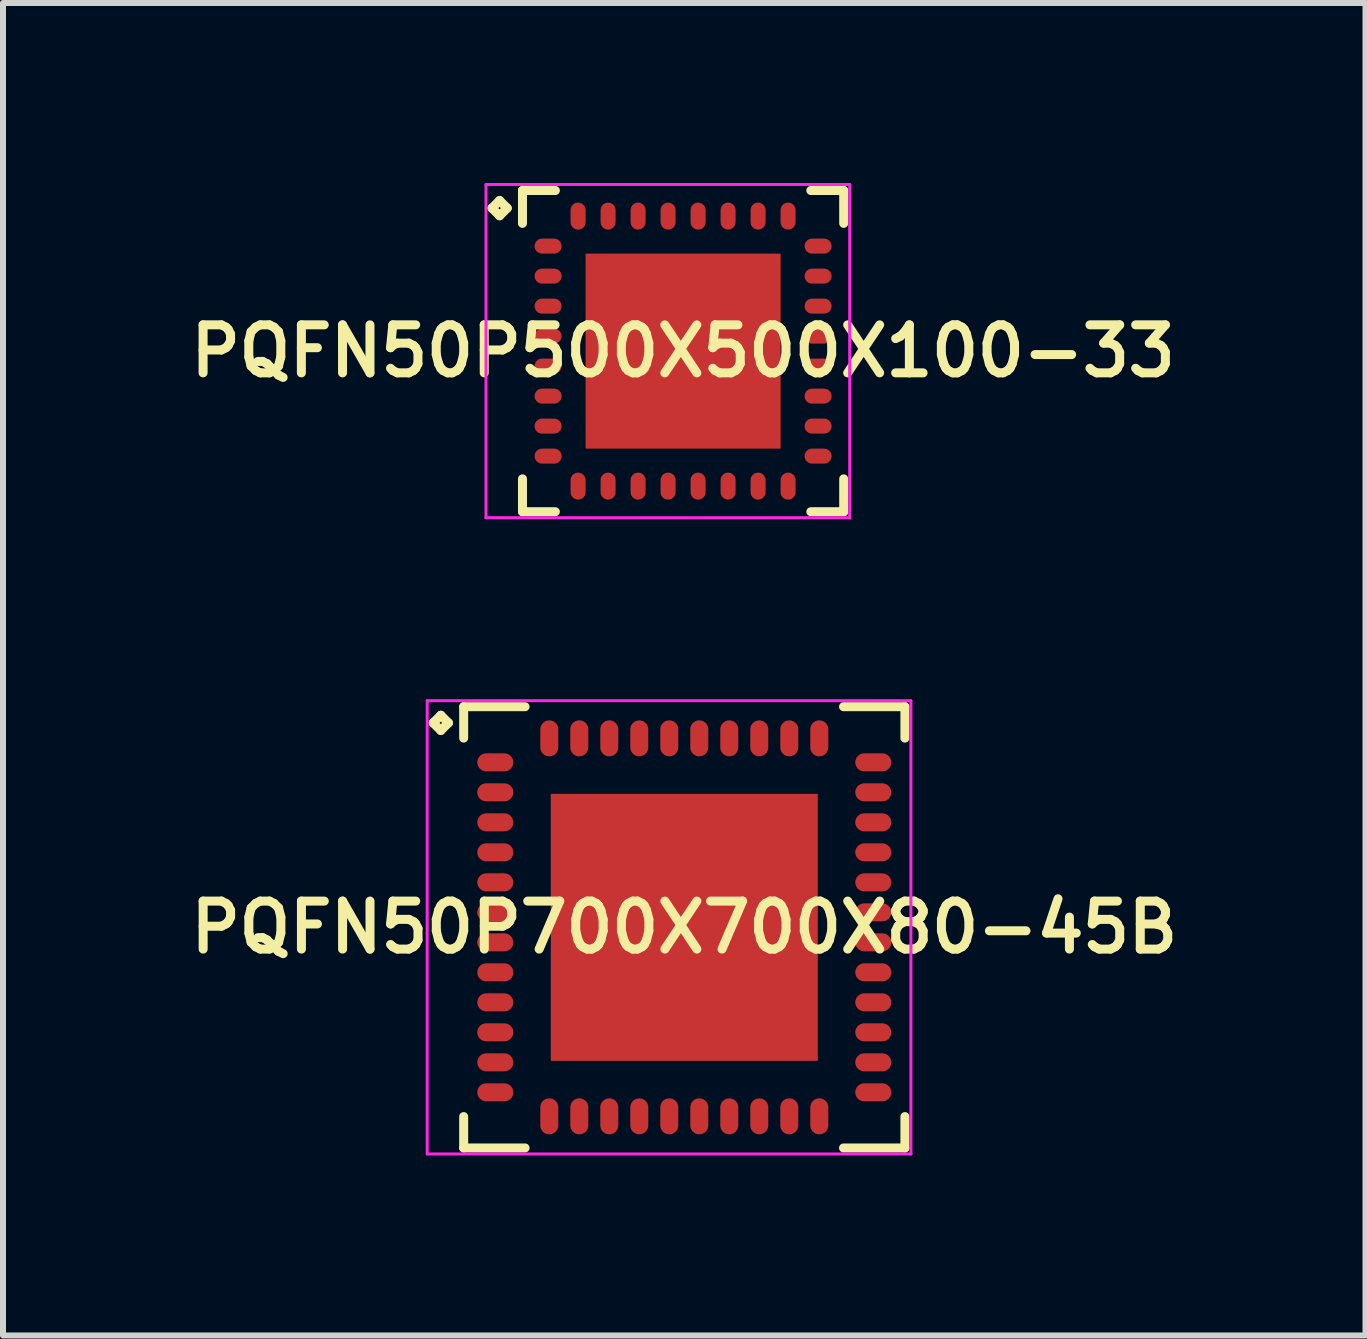
<source format=kicad_pcb>
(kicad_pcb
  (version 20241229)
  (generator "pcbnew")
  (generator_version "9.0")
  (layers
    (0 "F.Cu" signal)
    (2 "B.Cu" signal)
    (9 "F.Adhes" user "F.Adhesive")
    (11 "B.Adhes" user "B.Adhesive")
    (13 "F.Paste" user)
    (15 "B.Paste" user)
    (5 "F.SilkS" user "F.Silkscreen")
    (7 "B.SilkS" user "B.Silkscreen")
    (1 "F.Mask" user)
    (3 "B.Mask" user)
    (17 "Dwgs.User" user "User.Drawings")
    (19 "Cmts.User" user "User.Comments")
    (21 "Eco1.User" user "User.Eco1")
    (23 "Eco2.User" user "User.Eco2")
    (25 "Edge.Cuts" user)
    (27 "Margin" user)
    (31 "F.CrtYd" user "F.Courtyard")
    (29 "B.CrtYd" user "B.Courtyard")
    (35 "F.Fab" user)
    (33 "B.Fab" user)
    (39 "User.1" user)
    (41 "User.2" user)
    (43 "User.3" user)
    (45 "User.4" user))
  (footprint "PQFN50P500X500X100-33"
    (layer "F.Cu")
    (at 8.335 2.802)
    (property "Reference" "PQFN50P500X500X100-33" (at 0 0 0) (layer "F.SilkS") (effects (font (size 0.8 0.8) (thickness 0.15))))
    (attr smd)
    (fp_line (start -3.185 -2.383) (end -3.058 -2.51) (stroke (width 0.15) (type solid)) (layer "F.SilkS"))
    (fp_line (start -3.058 -2.51) (end -2.931 -2.383) (stroke (width 0.15) (type solid)) (layer "F.SilkS"))
    (fp_line (start -3.058 -2.256) (end -3.185 -2.383) (stroke (width 0.15) (type solid)) (layer "F.SilkS"))
    (fp_line (start -2.931 -2.383) (end -3.058 -2.256) (stroke (width 0.15) (type solid)) (layer "F.SilkS"))
    (fp_line (start -2.677 -2.677) (end -2.129 -2.677) (stroke (width 0.15) (type solid)) (layer "F.SilkS"))
    (fp_line (start -2.677 -2.129) (end -2.677 -2.677) (stroke (width 0.15) (type solid)) (layer "F.SilkS"))
    (fp_line (start -2.677 2.129) (end -2.677 2.677) (stroke (width 0.15) (type solid)) (layer "F.SilkS"))
    (fp_line (start -2.677 2.677) (end -2.129 2.677) (stroke (width 0.15) (type solid)) (layer "F.SilkS"))
    (fp_line (start 2.129 -2.677) (end 2.677 -2.677) (stroke (width 0.15) (type solid)) (layer "F.SilkS"))
    (fp_line (start 2.129 2.677) (end 2.677 2.677) (stroke (width 0.15) (type solid)) (layer "F.SilkS"))
    (fp_line (start 2.677 -2.677) (end 2.677 -2.129) (stroke (width 0.15) (type solid)) (layer "F.SilkS"))
    (fp_line (start 2.677 2.677) (end 2.677 2.129) (stroke (width 0.15) (type solid)) (layer "F.SilkS"))
    (fp_line (start -3.285 -2.777) (end 2.777 -2.777) (stroke (width 0.05) (type solid)) (layer "F.CrtYd"))
    (fp_line (start -3.285 2.777) (end -3.285 -2.777) (stroke (width 0.05) (type solid)) (layer "F.CrtYd"))
    (fp_line (start 2.777 -2.777) (end 2.777 2.777) (stroke (width 0.05) (type solid)) (layer "F.CrtYd"))
    (fp_line (start 2.777 2.777) (end -3.285 2.777) (stroke (width 0.05) (type solid)) (layer "F.CrtYd"))
    (pad "1" smd oval (at -2.25 -1.75) (size 0.45 0.25) (layers "F.Cu" "F.Mask" "F.Paste"))
    (pad "2" smd oval (at -2.25 -1.25) (size 0.45 0.25) (layers "F.Cu" "F.Mask" "F.Paste"))
    (pad "3" smd oval (at -2.25 -0.75) (size 0.45 0.25) (layers "F.Cu" "F.Mask" "F.Paste"))
    (pad "4" smd oval (at -2.25 -0.25) (size 0.45 0.25) (layers "F.Cu" "F.Mask" "F.Paste"))
    (pad "5" smd oval (at -2.25 0.25) (size 0.45 0.25) (layers "F.Cu" "F.Mask" "F.Paste"))
    (pad "6" smd oval (at -2.25 0.75) (size 0.45 0.25) (layers "F.Cu" "F.Mask" "F.Paste"))
    (pad "7" smd oval (at -2.25 1.25) (size 0.45 0.25) (layers "F.Cu" "F.Mask" "F.Paste"))
    (pad "8" smd oval (at -2.25 1.75) (size 0.45 0.25) (layers "F.Cu" "F.Mask" "F.Paste"))
    (pad "9" smd oval (at -1.75 2.25) (size 0.25 0.45) (layers "F.Cu" "F.Mask" "F.Paste"))
    (pad "10" smd oval (at -1.25 2.25) (size 0.25 0.45) (layers "F.Cu" "F.Mask" "F.Paste"))
    (pad "11" smd oval (at -0.75 2.25) (size 0.25 0.45) (layers "F.Cu" "F.Mask" "F.Paste"))
    (pad "12" smd oval (at -0.25 2.25) (size 0.25 0.45) (layers "F.Cu" "F.Mask" "F.Paste"))
    (pad "13" smd oval (at 0.25 2.25) (size 0.25 0.45) (layers "F.Cu" "F.Mask" "F.Paste"))
    (pad "14" smd oval (at 0.75 2.25) (size 0.25 0.45) (layers "F.Cu" "F.Mask" "F.Paste"))
    (pad "15" smd oval (at 1.25 2.25) (size 0.25 0.45) (layers "F.Cu" "F.Mask" "F.Paste"))
    (pad "16" smd oval (at 1.75 2.25) (size 0.25 0.45) (layers "F.Cu" "F.Mask" "F.Paste"))
    (pad "17" smd oval (at 2.25 1.75) (size 0.45 0.25) (layers "F.Cu" "F.Mask" "F.Paste"))
    (pad "18" smd oval (at 2.25 1.25) (size 0.45 0.25) (layers "F.Cu" "F.Mask" "F.Paste"))
    (pad "19" smd oval (at 2.25 0.75) (size 0.45 0.25) (layers "F.Cu" "F.Mask" "F.Paste"))
    (pad "20" smd oval (at 2.25 0.25) (size 0.45 0.25) (layers "F.Cu" "F.Mask" "F.Paste"))
    (pad "21" smd oval (at 2.25 -0.25) (size 0.45 0.25) (layers "F.Cu" "F.Mask" "F.Paste"))
    (pad "22" smd oval (at 2.25 -0.75) (size 0.45 0.25) (layers "F.Cu" "F.Mask" "F.Paste"))
    (pad "23" smd oval (at 2.25 -1.25) (size 0.45 0.25) (layers "F.Cu" "F.Mask" "F.Paste"))
    (pad "24" smd oval (at 2.25 -1.75) (size 0.45 0.25) (layers "F.Cu" "F.Mask" "F.Paste"))
    (pad "25" smd oval (at 1.75 -2.25) (size 0.25 0.45) (layers "F.Cu" "F.Mask" "F.Paste"))
    (pad "26" smd oval (at 1.25 -2.25) (size 0.25 0.45) (layers "F.Cu" "F.Mask" "F.Paste"))
    (pad "27" smd oval (at 0.75 -2.25) (size 0.25 0.45) (layers "F.Cu" "F.Mask" "F.Paste"))
    (pad "28" smd oval (at 0.25 -2.25) (size 0.25 0.45) (layers "F.Cu" "F.Mask" "F.Paste"))
    (pad "29" smd oval (at -0.25 -2.25) (size 0.25 0.45) (layers "F.Cu" "F.Mask" "F.Paste"))
    (pad "30" smd oval (at -0.75 -2.25) (size 0.25 0.45) (layers "F.Cu" "F.Mask" "F.Paste"))
    (pad "31" smd oval (at -1.25 -2.25) (size 0.25 0.45) (layers "F.Cu" "F.Mask" "F.Paste"))
    (pad "32" smd oval (at -1.75 -2.25) (size 0.25 0.45) (layers "F.Cu" "F.Mask" "F.Paste"))
    (pad "33" smd rect (at 0 0) (size 3.25 3.25) (layers "F.Cu" "F.Mask" "F.Paste")))
  (footprint "PQFN50P700X700X80-45B"
    (layer "F.Cu")
    (at 8.355 12.406)
    (property "Reference" "PQFN50P700X700X80-45B" (at 0 0 0) (layer "F.SilkS") (effects (font (size 0.8 0.8) (thickness 0.15))))
    (attr smd)
    (fp_line (start -4.185 -3.408) (end -4.058 -3.535) (stroke (width 0.15) (type solid)) (layer "F.SilkS"))
    (fp_line (start -4.058 -3.535) (end -3.931 -3.408) (stroke (width 0.15) (type solid)) (layer "F.SilkS"))
    (fp_line (start -4.058 -3.281) (end -4.185 -3.408) (stroke (width 0.15) (type solid)) (layer "F.SilkS"))
    (fp_line (start -3.931 -3.408) (end -4.058 -3.281) (stroke (width 0.15) (type solid)) (layer "F.SilkS"))
    (fp_line (start -3.677 -3.677) (end -2.654 -3.677) (stroke (width 0.15) (type solid)) (layer "F.SilkS"))
    (fp_line (start -3.677 -3.154) (end -3.677 -3.677) (stroke (width 0.15) (type solid)) (layer "F.SilkS"))
    (fp_line (start -3.677 3.154) (end -3.677 3.677) (stroke (width 0.15) (type solid)) (layer "F.SilkS"))
    (fp_line (start -3.677 3.677) (end -2.654 3.677) (stroke (width 0.15) (type solid)) (layer "F.SilkS"))
    (fp_line (start 2.654 -3.677) (end 3.677 -3.677) (stroke (width 0.15) (type solid)) (layer "F.SilkS"))
    (fp_line (start 2.654 3.677) (end 3.677 3.677) (stroke (width 0.15) (type solid)) (layer "F.SilkS"))
    (fp_line (start 3.677 -3.677) (end 3.677 -3.154) (stroke (width 0.15) (type solid)) (layer "F.SilkS"))
    (fp_line (start 3.677 3.677) (end 3.677 3.154) (stroke (width 0.15) (type solid)) (layer "F.SilkS"))
    (fp_line (start -4.285 -3.777) (end 3.777 -3.777) (stroke (width 0.05) (type solid)) (layer "F.CrtYd"))
    (fp_line (start -4.285 3.777) (end -4.285 -3.777) (stroke (width 0.05) (type solid)) (layer "F.CrtYd"))
    (fp_line (start 3.777 -3.777) (end 3.777 3.777) (stroke (width 0.05) (type solid)) (layer "F.CrtYd"))
    (fp_line (start 3.777 3.777) (end -4.285 3.777) (stroke (width 0.05) (type solid)) (layer "F.CrtYd"))
    (pad "1" smd oval (at -3.15 -2.75) (size 0.6 0.3) (layers "F.Cu" "F.Mask" "F.Paste"))
    (pad "2" smd oval (at -3.15 -2.25) (size 0.6 0.3) (layers "F.Cu" "F.Mask" "F.Paste"))
    (pad "3" smd oval (at -3.15 -1.75) (size 0.6 0.3) (layers "F.Cu" "F.Mask" "F.Paste"))
    (pad "4" smd oval (at -3.15 -1.25) (size 0.6 0.3) (layers "F.Cu" "F.Mask" "F.Paste"))
    (pad "5" smd oval (at -3.15 -0.75) (size 0.6 0.3) (layers "F.Cu" "F.Mask" "F.Paste"))
    (pad "6" smd oval (at -3.15 -0.25) (size 0.6 0.3) (layers "F.Cu" "F.Mask" "F.Paste"))
    (pad "7" smd oval (at -3.15 0.25) (size 0.6 0.3) (layers "F.Cu" "F.Mask" "F.Paste"))
    (pad "8" smd oval (at -3.15 0.75) (size 0.6 0.3) (layers "F.Cu" "F.Mask" "F.Paste"))
    (pad "9" smd oval (at -3.15 1.25) (size 0.6 0.3) (layers "F.Cu" "F.Mask" "F.Paste"))
    (pad "10" smd oval (at -3.15 1.75) (size 0.6 0.3) (layers "F.Cu" "F.Mask" "F.Paste"))
    (pad "11" smd oval (at -3.15 2.25) (size 0.6 0.3) (layers "F.Cu" "F.Mask" "F.Paste"))
    (pad "12" smd oval (at -3.15 2.75) (size 0.6 0.3) (layers "F.Cu" "F.Mask" "F.Paste"))
    (pad "13" smd oval (at -2.25 3.15) (size 0.3 0.6) (layers "F.Cu" "F.Mask" "F.Paste"))
    (pad "14" smd oval (at -1.75 3.15) (size 0.3 0.6) (layers "F.Cu" "F.Mask" "F.Paste"))
    (pad "15" smd oval (at -1.25 3.15) (size 0.3 0.6) (layers "F.Cu" "F.Mask" "F.Paste"))
    (pad "16" smd oval (at -0.75 3.15) (size 0.3 0.6) (layers "F.Cu" "F.Mask" "F.Paste"))
    (pad "17" smd oval (at -0.25 3.15) (size 0.3 0.6) (layers "F.Cu" "F.Mask" "F.Paste"))
    (pad "18" smd oval (at 0.25 3.15) (size 0.3 0.6) (layers "F.Cu" "F.Mask" "F.Paste"))
    (pad "19" smd oval (at 0.75 3.15) (size 0.3 0.6) (layers "F.Cu" "F.Mask" "F.Paste"))
    (pad "20" smd oval (at 1.25 3.15) (size 0.3 0.6) (layers "F.Cu" "F.Mask" "F.Paste"))
    (pad "21" smd oval (at 1.75 3.15) (size 0.3 0.6) (layers "F.Cu" "F.Mask" "F.Paste"))
    (pad "22" smd oval (at 2.25 3.15) (size 0.3 0.6) (layers "F.Cu" "F.Mask" "F.Paste"))
    (pad "23" smd oval (at 3.15 2.75) (size 0.6 0.3) (layers "F.Cu" "F.Mask" "F.Paste"))
    (pad "24" smd oval (at 3.15 2.25) (size 0.6 0.3) (layers "F.Cu" "F.Mask" "F.Paste"))
    (pad "25" smd oval (at 3.15 1.75) (size 0.6 0.3) (layers "F.Cu" "F.Mask" "F.Paste"))
    (pad "26" smd oval (at 3.15 1.25) (size 0.6 0.3) (layers "F.Cu" "F.Mask" "F.Paste"))
    (pad "27" smd oval (at 3.15 0.75) (size 0.6 0.3) (layers "F.Cu" "F.Mask" "F.Paste"))
    (pad "28" smd oval (at 3.15 0.25) (size 0.6 0.3) (layers "F.Cu" "F.Mask" "F.Paste"))
    (pad "29" smd oval (at 3.15 -0.25) (size 0.6 0.3) (layers "F.Cu" "F.Mask" "F.Paste"))
    (pad "30" smd oval (at 3.15 -0.75) (size 0.6 0.3) (layers "F.Cu" "F.Mask" "F.Paste"))
    (pad "31" smd oval (at 3.15 -1.25) (size 0.6 0.3) (layers "F.Cu" "F.Mask" "F.Paste"))
    (pad "32" smd oval (at 3.15 -1.75) (size 0.6 0.3) (layers "F.Cu" "F.Mask" "F.Paste"))
    (pad "33" smd oval (at 3.15 -2.25) (size 0.6 0.3) (layers "F.Cu" "F.Mask" "F.Paste"))
    (pad "34" smd oval (at 3.15 -2.75) (size 0.6 0.3) (layers "F.Cu" "F.Mask" "F.Paste"))
    (pad "35" smd oval (at 2.25 -3.15) (size 0.3 0.6) (layers "F.Cu" "F.Mask" "F.Paste"))
    (pad "36" smd oval (at 1.75 -3.15) (size 0.3 0.6) (layers "F.Cu" "F.Mask" "F.Paste"))
    (pad "37" smd oval (at 1.25 -3.15) (size 0.3 0.6) (layers "F.Cu" "F.Mask" "F.Paste"))
    (pad "38" smd oval (at 0.75 -3.15) (size 0.3 0.6) (layers "F.Cu" "F.Mask" "F.Paste"))
    (pad "39" smd oval (at 0.25 -3.15) (size 0.3 0.6) (layers "F.Cu" "F.Mask" "F.Paste"))
    (pad "40" smd oval (at -0.25 -3.15) (size 0.3 0.6) (layers "F.Cu" "F.Mask" "F.Paste"))
    (pad "41" smd oval (at -0.75 -3.15) (size 0.3 0.6) (layers "F.Cu" "F.Mask" "F.Paste"))
    (pad "42" smd oval (at -1.25 -3.15) (size 0.3 0.6) (layers "F.Cu" "F.Mask" "F.Paste"))
    (pad "43" smd oval (at -1.75 -3.15) (size 0.3 0.6) (layers "F.Cu" "F.Mask" "F.Paste"))
    (pad "44" smd oval (at -2.25 -3.15) (size 0.3 0.6) (layers "F.Cu" "F.Mask" "F.Paste"))
    (pad "45" smd rect (at 0 0) (size 4.45 4.45) (layers "F.Cu" "F.Mask" "F.Paste")))
  (gr_rect
    (start -3 -3)
    (end 19.709 19.208)
    (stroke (width 0.1) (type default))
    (fill no)
    (layer "Edge.Cuts")))
</source>
